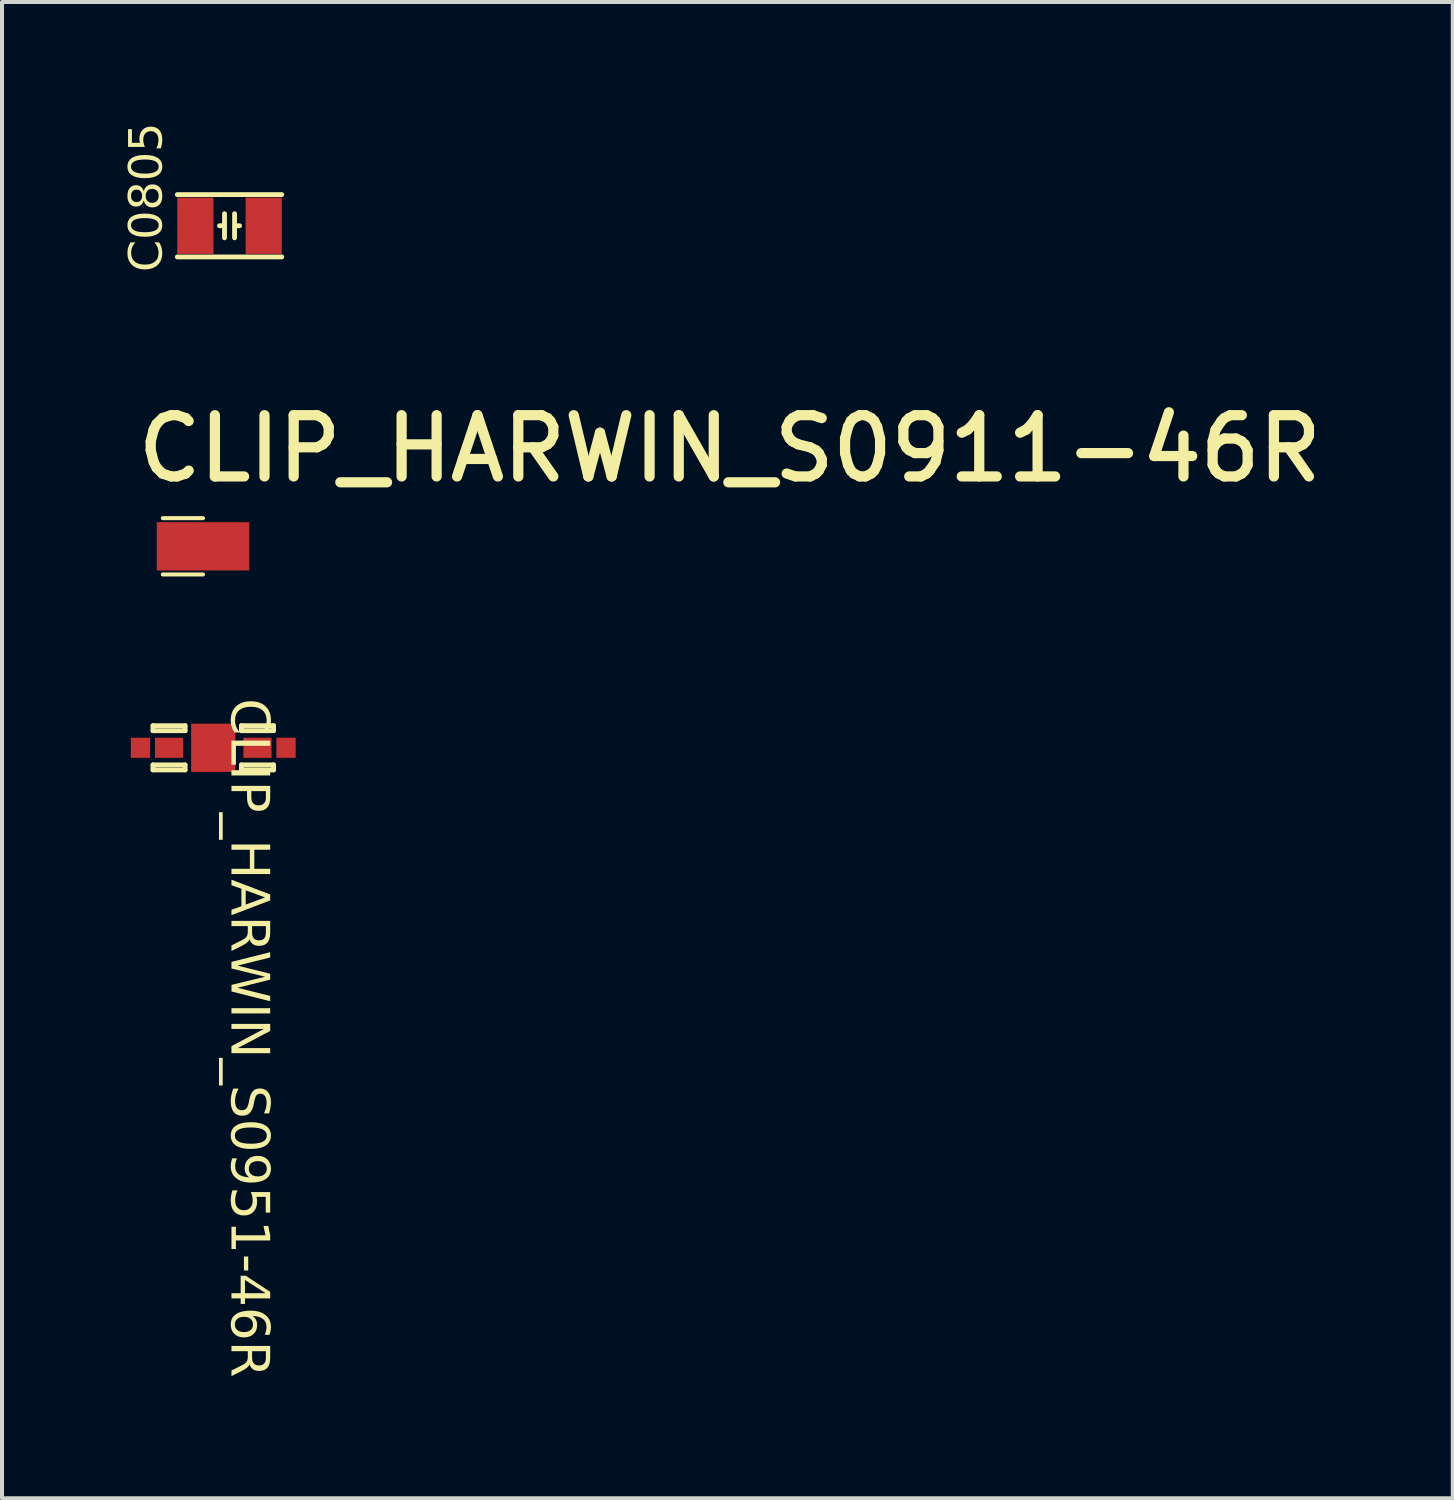
<source format=kicad_pcb>
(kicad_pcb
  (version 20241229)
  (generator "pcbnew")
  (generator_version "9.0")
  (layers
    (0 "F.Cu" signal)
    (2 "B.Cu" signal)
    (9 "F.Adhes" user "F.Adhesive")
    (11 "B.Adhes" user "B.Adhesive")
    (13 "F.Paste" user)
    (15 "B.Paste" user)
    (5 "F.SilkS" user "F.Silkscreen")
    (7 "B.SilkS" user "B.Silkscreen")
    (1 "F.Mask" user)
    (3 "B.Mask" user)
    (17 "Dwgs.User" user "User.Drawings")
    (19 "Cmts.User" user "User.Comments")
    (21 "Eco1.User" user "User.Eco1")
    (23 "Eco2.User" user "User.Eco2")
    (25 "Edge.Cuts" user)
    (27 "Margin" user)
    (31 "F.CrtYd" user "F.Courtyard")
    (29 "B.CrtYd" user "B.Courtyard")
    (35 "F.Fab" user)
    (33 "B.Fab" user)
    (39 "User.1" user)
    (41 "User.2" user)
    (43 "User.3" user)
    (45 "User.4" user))
  (footprint "CLIP_HARWIN_S0951-46R"
    (layer "F.Cu")
    (at 2.255 15.552)
    (property "Reference" "CLIP_HARWIN_S0951-46R" (at 0.292 -1.232 270) (unlocked yes) (layer "F.SilkS") (effects (font (face "Arial") (size 0.945 0.945) (thickness 0.254)) (justify left bottom)))
    (fp_line (start -1.5 -0.55) (end -1.5 -0.425) (stroke (width 0.12) (type solid)) (layer "F.SilkS"))
    (fp_line (start -1.5 -0.55) (end -0.7 -0.55) (stroke (width 0.12) (type solid)) (layer "F.SilkS"))
    (fp_line (start -1.5 -0.425) (end -0.7 -0.425) (stroke (width 0.12) (type solid)) (layer "F.SilkS"))
    (fp_line (start -1.5 0.425) (end -1.5 0.55) (stroke (width 0.12) (type solid)) (layer "F.SilkS"))
    (fp_line (start -1.5 0.425) (end -0.7 0.425) (stroke (width 0.12) (type solid)) (layer "F.SilkS"))
    (fp_line (start -1.5 0.55) (end -0.7 0.55) (stroke (width 0.12) (type solid)) (layer "F.SilkS"))
    (fp_line (start -0.7 -0.55) (end -0.7 -0.425) (stroke (width 0.12) (type solid)) (layer "F.SilkS"))
    (fp_line (start -0.7 0.425) (end -0.7 0.55) (stroke (width 0.12) (type solid)) (layer "F.SilkS"))
    (fp_line (start 0.7 -0.55) (end 0.7 -0.425) (stroke (width 0.12) (type solid)) (layer "F.SilkS"))
    (fp_line (start 0.7 -0.55) (end 1.5 -0.55) (stroke (width 0.12) (type solid)) (layer "F.SilkS"))
    (fp_line (start 0.7 -0.425) (end 1.5 -0.425) (stroke (width 0.12) (type solid)) (layer "F.SilkS"))
    (fp_line (start 0.7 0.425) (end 0.7 0.55) (stroke (width 0.12) (type solid)) (layer "F.SilkS"))
    (fp_line (start 0.7 0.425) (end 1.5 0.425) (stroke (width 0.12) (type solid)) (layer "F.SilkS"))
    (fp_line (start 0.7 0.55) (end 1.5 0.55) (stroke (width 0.12) (type solid)) (layer "F.SilkS"))
    (fp_line (start 1.5 -0.55) (end 1.5 -0.425) (stroke (width 0.12) (type solid)) (layer "F.SilkS"))
    (fp_line (start 1.5 0.425) (end 1.5 0.55) (stroke (width 0.12) (type solid)) (layer "F.SilkS"))
    (fp_line (start -2.25 -0.85) (end -2.25 0.85) (stroke (width 0.01) (type solid)) (layer "Eco1.User"))
    (fp_line (start -2.25 -0.85) (end -0.5 -0.85) (stroke (width 0.01) (type solid)) (layer "Eco1.User"))
    (fp_line (start -2.25 0.85) (end -0.45 0.85) (stroke (width 0.01) (type solid)) (layer "Eco1.User"))
    (fp_line (start -2.05 -0.2) (end -2.05 0.2) (stroke (width 0.01) (type solid)) (layer "Eco1.User"))
    (fp_line (start -2.05 -0.2) (end -1.5 -0.2) (stroke (width 0.01) (type solid)) (layer "Eco1.User"))
    (fp_line (start -2.05 0.2) (end -1.5 0.2) (stroke (width 0.01) (type solid)) (layer "Eco1.User"))
    (fp_line (start -1.7 -0.2) (end -1.7 0.2) (stroke (width 0.01) (type solid)) (layer "Eco1.User"))
    (fp_line (start -1.65 -0.2) (end -1.65 0.2) (stroke (width 0.01) (type solid)) (layer "Eco1.User"))
    (fp_line (start -1.55 -0.2) (end -1.55 0.2) (stroke (width 0.01) (type solid)) (layer "Eco1.User"))
    (fp_line (start -1.5 -0.55) (end -1.5 -0.2) (stroke (width 0.01) (type solid)) (layer "Eco1.User"))
    (fp_line (start -1.5 -0.55) (end -0.7 -0.55) (stroke (width 0.01) (type solid)) (layer "Eco1.User"))
    (fp_line (start -1.5 -0.525) (end -1.5 -0.475) (stroke (width 0.01) (type solid)) (layer "Eco1.User"))
    (fp_line (start -1.5 -0.475) (end -0.7 -0.475) (stroke (width 0.01) (type solid)) (layer "Eco1.User"))
    (fp_line (start -1.5 -0.4) (end -0.7 -0.4) (stroke (width 0.01) (type solid)) (layer "Eco1.User"))
    (fp_line (start -1.5 -0.2) (end -1.5 -0.075) (stroke (width 0.01) (type solid)) (layer "Eco1.User"))
    (fp_line (start -1.5 -0.15) (end -0.7 -0.15) (stroke (width 0.01) (type solid)) (layer "Eco1.User"))
    (fp_line (start -1.5 -0.075) (end -0.7 -0.075) (stroke (width 0.01) (type solid)) (layer "Eco1.User"))
    (fp_line (start -1.5 0.075) (end -1.5 0.2) (stroke (width 0.01) (type solid)) (layer "Eco1.User"))
    (fp_line (start -1.5 0.075) (end -0.7 0.075) (stroke (width 0.01) (type solid)) (layer "Eco1.User"))
    (fp_line (start -1.5 0.15) (end -0.7 0.15) (stroke (width 0.01) (type solid)) (layer "Eco1.User"))
    (fp_line (start -1.5 0.2) (end -1.5 0.55) (stroke (width 0.01) (type solid)) (layer "Eco1.User"))
    (fp_line (start -1.5 0.4) (end -0.7 0.4) (stroke (width 0.01) (type solid)) (layer "Eco1.User"))
    (fp_line (start -1.5 0.475) (end -0.7 0.475) (stroke (width 0.01) (type solid)) (layer "Eco1.User"))
    (fp_line (start -1.5 0.55) (end -0.7 0.55) (stroke (width 0.01) (type solid)) (layer "Eco1.User"))
    (fp_line (start -1.175 -0.075) (end -1.125 -0.075) (stroke (width 0.01) (type solid)) (layer "Eco1.User"))
    (fp_line (start -1.075 0.075) (end -1.025 0.075) (stroke (width 0.01) (type solid)) (layer "Eco1.User"))
    (fp_line (start -0.7 -0.55) (end -0.7 -0.2) (stroke (width 0.01) (type solid)) (layer "Eco1.User"))
    (fp_line (start -0.7 -0.2) (end -0.7 -0.075) (stroke (width 0.01) (type solid)) (layer "Eco1.User"))
    (fp_line (start -0.7 -0.2) (end -0.5 -0.2) (stroke (width 0.01) (type solid)) (layer "Eco1.User"))
    (fp_line (start -0.7 0.075) (end -0.7 0.2) (stroke (width 0.01) (type solid)) (layer "Eco1.User"))
    (fp_line (start -0.7 0.2) (end -0.7 0.55) (stroke (width 0.01) (type solid)) (layer "Eco1.User"))
    (fp_line (start -0.7 0.2) (end -0.5 0.2) (stroke (width 0.01) (type solid)) (layer "Eco1.User"))
    (fp_line (start -0.7 0.475) (end -0.7 0.525) (stroke (width 0.01) (type solid)) (layer "Eco1.User"))
    (fp_line (start -0.6 -0.2) (end -0.6 0.2) (stroke (width 0.01) (type solid)) (layer "Eco1.User"))
    (fp_line (start -0.55 -0.2) (end -0.55 0.2) (stroke (width 0.01) (type solid)) (layer "Eco1.User"))
    (fp_line (start -0.5 -0.85) (end 2.25 -0.85) (stroke (width 0.01) (type solid)) (layer "Eco1.User"))
    (fp_line (start -0.5 -0.65) (end -0.5 0.65) (stroke (width 0.01) (type solid)) (layer "Eco1.User"))
    (fp_line (start -0.5 -0.65) (end 0.5 -0.65) (stroke (width 0.01) (type solid)) (layer "Eco1.User"))
    (fp_line (start -0.5 0.65) (end 0.5 0.65) (stroke (width 0.01) (type solid)) (layer "Eco1.User"))
    (fp_line (start -0.45 0.85) (end 2.25 0.85) (stroke (width 0.01) (type solid)) (layer "Eco1.User"))
    (fp_line (start 0.5 -0.65) (end 0.5 0.65) (stroke (width 0.01) (type solid)) (layer "Eco1.User"))
    (fp_line (start 0.5 -0.2) (end 0.7 -0.2) (stroke (width 0.01) (type solid)) (layer "Eco1.User"))
    (fp_line (start 0.5 0.2) (end 0.7 0.2) (stroke (width 0.01) (type solid)) (layer "Eco1.User"))
    (fp_line (start 0.55 -0.2) (end 0.55 0.2) (stroke (width 0.01) (type solid)) (layer "Eco1.User"))
    (fp_line (start 0.6 -0.2) (end 0.6 0.2) (stroke (width 0.01) (type solid)) (layer "Eco1.User"))
    (fp_line (start 0.7 -0.55) (end 0.7 -0.2) (stroke (width 0.01) (type solid)) (layer "Eco1.User"))
    (fp_line (start 0.7 -0.55) (end 1.5 -0.55) (stroke (width 0.01) (type solid)) (layer "Eco1.User"))
    (fp_line (start 0.7 -0.525) (end 0.7 -0.475) (stroke (width 0.01) (type solid)) (layer "Eco1.User"))
    (fp_line (start 0.7 -0.475) (end 1.5 -0.475) (stroke (width 0.01) (type solid)) (layer "Eco1.User"))
    (fp_line (start 0.7 -0.4) (end 1.5 -0.4) (stroke (width 0.01) (type solid)) (layer "Eco1.User"))
    (fp_line (start 0.7 -0.2) (end 0.7 -0.075) (stroke (width 0.01) (type solid)) (layer "Eco1.User"))
    (fp_line (start 0.7 -0.15) (end 1.5 -0.15) (stroke (width 0.01) (type solid)) (layer "Eco1.User"))
    (fp_line (start 0.7 -0.075) (end 1.5 -0.075) (stroke (width 0.01) (type solid)) (layer "Eco1.User"))
    (fp_line (start 0.7 0.075) (end 0.7 0.2) (stroke (width 0.01) (type solid)) (layer "Eco1.User"))
    (fp_line (start 0.7 0.075) (end 1.5 0.075) (stroke (width 0.01) (type solid)) (layer "Eco1.User"))
    (fp_line (start 0.7 0.15) (end 1.5 0.15) (stroke (width 0.01) (type solid)) (layer "Eco1.User"))
    (fp_line (start 0.7 0.2) (end 0.7 0.55) (stroke (width 0.01) (type solid)) (layer "Eco1.User"))
    (fp_line (start 0.7 0.4) (end 1.5 0.4) (stroke (width 0.01) (type solid)) (layer "Eco1.User"))
    (fp_line (start 0.7 0.475) (end 1.5 0.475) (stroke (width 0.01) (type solid)) (layer "Eco1.User"))
    (fp_line (start 0.7 0.55) (end 1.5 0.55) (stroke (width 0.01) (type solid)) (layer "Eco1.User"))
    (fp_line (start 1.025 -0.075) (end 1.075 -0.075) (stroke (width 0.01) (type solid)) (layer "Eco1.User"))
    (fp_line (start 1.125 0.075) (end 1.175 0.075) (stroke (width 0.01) (type solid)) (layer "Eco1.User"))
    (fp_line (start 1.5 -0.55) (end 1.5 -0.2) (stroke (width 0.01) (type solid)) (layer "Eco1.User"))
    (fp_line (start 1.5 -0.2) (end 1.5 -0.075) (stroke (width 0.01) (type solid)) (layer "Eco1.User"))
    (fp_line (start 1.5 -0.2) (end 2.05 -0.2) (stroke (width 0.01) (type solid)) (layer "Eco1.User"))
    (fp_line (start 1.5 0.075) (end 1.5 0.2) (stroke (width 0.01) (type solid)) (layer "Eco1.User"))
    (fp_line (start 1.5 0.2) (end 1.5 0.55) (stroke (width 0.01) (type solid)) (layer "Eco1.User"))
    (fp_line (start 1.5 0.2) (end 2.05 0.2) (stroke (width 0.01) (type solid)) (layer "Eco1.User"))
    (fp_line (start 1.5 0.475) (end 1.5 0.525) (stroke (width 0.01) (type solid)) (layer "Eco1.User"))
    (fp_line (start 1.55 -0.2) (end 1.55 0.2) (stroke (width 0.01) (type solid)) (layer "Eco1.User"))
    (fp_line (start 1.65 -0.2) (end 1.65 0.2) (stroke (width 0.01) (type solid)) (layer "Eco1.User"))
    (fp_line (start 1.7 -0.2) (end 1.7 0.2) (stroke (width 0.01) (type solid)) (layer "Eco1.User"))
    (fp_line (start 2.05 -0.2) (end 2.05 0.2) (stroke (width 0.01) (type solid)) (layer "Eco1.User"))
    (fp_line (start 2.25 -0.85) (end 2.25 0.85) (stroke (width 0.01) (type solid)) (layer "Eco1.User"))
    (fp_arc (start -1.375 0) (mid -1.353033 -0.053033) (end -1.3 -0.075) (stroke (width 0.01) (type solid)) (layer "Eco1.User"))
    (fp_arc (start -1.3 0.075) (mid -1.353033 0.053033) (end -1.375 0) (stroke (width 0.01) (type solid)) (layer "Eco1.User"))
    (fp_arc (start -0.9 -0.075) (mid -0.846967 -0.053033) (end -0.825 0) (stroke (width 0.01) (type solid)) (layer "Eco1.User"))
    (fp_arc (start -0.825 0) (mid -0.846967 0.053033) (end -0.9 0.075) (stroke (width 0.01) (type solid)) (layer "Eco1.User"))
    (fp_arc (start 0.825 0) (mid 0.846967 -0.053033) (end 0.9 -0.075) (stroke (width 0.01) (type solid)) (layer "Eco1.User"))
    (fp_arc (start 0.9 0.075) (mid 0.846967 0.053033) (end 0.825 0) (stroke (width 0.01) (type solid)) (layer "Eco1.User"))
    (fp_arc (start 1.3 -0.075) (mid 1.353033 -0.053033) (end 1.375 0) (stroke (width 0.01) (type solid)) (layer "Eco1.User"))
    (fp_arc (start 1.375 0) (mid 1.353033 0.053033) (end 1.3 0.075) (stroke (width 0.01) (type solid)) (layer "Eco1.User"))
    (fp_text user "'.Designator'" (at -2 0.5 0) (unlocked yes) (layer "Eco1.User") (effects (font (face "Arial") (size 0.472 0.472) (thickness 0.254)) (justify left bottom)))
    (pad "1" smd rect (at -1.81 0.00001) (size 0.48 0.5) (layers "F.Cu" "F.Mask" "F.Paste"))
    (pad "1" smd rect (at -1.1 0.00001) (size 0.7 0.5) (layers "F.Cu" "F.Mask" "F.Paste"))
    (pad "1" smd rect (at -0.00004 0.00001) (size 1.1 1.2) (layers "F.Cu" "F.Mask" "F.Paste"))
    (pad "1" smd rect (at 1.1 0.00001) (size 0.7 0.5) (layers "F.Cu" "F.Mask" "F.Paste"))
    (pad "1" smd rect (at 1.81 0.00001) (size 0.48 0.5) (layers "F.Cu" "F.Mask" "F.Paste")))
  (footprint "C0805"
    (layer "F.Cu")
    (at 2.66 2.566)
    (property "Reference" "C0805" (at -1.55 1.15 90) (unlocked yes) (layer "F.SilkS") (effects (font (face "Arial") (size 0.819 0.819) (thickness 0.254)) (justify left bottom)))
    (fp_line (start -0.15 0) (end -0.25 0) (stroke (width 0.12) (type solid)) (layer "F.SilkS"))
    (fp_line (start -0.125 0.3) (end -0.125 -0.3) (stroke (width 0.12) (type solid)) (layer "F.SilkS"))
    (fp_line (start 0.125 0.3) (end 0.125 -0.3) (stroke (width 0.12) (type solid)) (layer "F.SilkS"))
    (fp_line (start 0.25 0) (end 0.15 0) (stroke (width 0.12) (type solid)) (layer "F.SilkS"))
    (fp_line (start 1.3 -0.775) (end -1.3 -0.775) (stroke (width 0.12) (type solid)) (layer "F.SilkS"))
    (fp_line (start 1.3 0.775) (end -1.3 0.775) (stroke (width 0.12) (type solid)) (layer "F.SilkS"))
    (fp_line (start -1.4 0.85) (end -1.4 -0.85) (stroke (width 0.01) (type solid)) (layer "Eco1.User"))
    (fp_line (start -1.1 0.7) (end -1.1 -0.7) (stroke (width 0.01) (type solid)) (layer "Eco1.User"))
    (fp_line (start 1.1 -0.7) (end -1.1 -0.7) (stroke (width 0.01) (type solid)) (layer "Eco1.User"))
    (fp_line (start 1.1 0.7) (end -1.1 0.7) (stroke (width 0.01) (type solid)) (layer "Eco1.User"))
    (fp_line (start 1.1 0.7) (end 1.1 -0.7) (stroke (width 0.01) (type solid)) (layer "Eco1.User"))
    (fp_line (start 1.4 -0.85) (end -1.4 -0.85) (stroke (width 0.01) (type solid)) (layer "Eco1.User"))
    (fp_line (start 1.4 0.85) (end -1.4 0.85) (stroke (width 0.01) (type solid)) (layer "Eco1.User"))
    (fp_line (start 1.4 0.85) (end 1.4 -0.85) (stroke (width 0.01) (type solid)) (layer "Eco1.User"))
    (fp_text user "'.Designator'" (at 1.975 -0.438 180) (unlocked yes) (layer "Eco1.User") (effects (font (face "Arial") (size 0.472 0.472) (thickness 0.254)) (justify left bottom)))
    (pad "1" smd rect (at -0.85 0 90) (size 1.4 0.9) (layers "F.Cu" "F.Mask" "F.Paste"))
    (pad "2" smd rect (at 0.85 0 90) (size 1.4 0.9) (layers "F.Cu" "F.Mask" "F.Paste")))
  (footprint "CLIP_HARWIN_S0911-46R"
    (layer "F.Cu")
    (at 2 10.54)
    (property "Reference" "CLIP_HARWIN_S0911-46R" (at -1.758 -1.538 0) (unlocked yes) (layer "F.SilkS") (effects (font (size 1.524 1.524) (thickness 0.254)) (justify left bottom)))
    (fp_line (start -1 -0.7) (end 0 -0.7) (stroke (width 0.1) (type solid)) (layer "F.SilkS"))
    (fp_line (start -1 0.7) (end 0 0.7) (stroke (width 0.1) (type solid)) (layer "F.SilkS"))
    (fp_line (start -1.35 -0.775) (end 1.35 -0.775) (stroke (width 0.01) (type solid)) (layer "Eco1.User"))
    (fp_line (start -1.35 0.775) (end -1.35 -0.775) (stroke (width 0.01) (type solid)) (layer "Eco1.User"))
    (fp_line (start -1.35 0.775) (end 1.35 0.775) (stroke (width 0.01) (type solid)) (layer "Eco1.User"))
    (fp_line (start -1.15 -0.2) (end -0.98 -0.2) (stroke (width 0.01) (type solid)) (layer "Eco1.User"))
    (fp_line (start -1.15 0.2) (end -1.15 -0.2) (stroke (width 0.01) (type solid)) (layer "Eco1.User"))
    (fp_line (start -1.15 0.2) (end -0.98 0.2) (stroke (width 0.01) (type solid)) (layer "Eco1.User"))
    (fp_line (start -0.98 -0.6) (end 0.02 -0.6) (stroke (width 0.01) (type solid)) (layer "Eco1.User"))
    (fp_line (start -0.98 -0.2) (end -0.98 -0.6) (stroke (width 0.01) (type solid)) (layer "Eco1.User"))
    (fp_line (start -0.98 -0.2) (end 0.02 -0.2) (stroke (width 0.01) (type solid)) (layer "Eco1.User"))
    (fp_line (start -0.98 0.2) (end 0.02 0.2) (stroke (width 0.01) (type solid)) (layer "Eco1.User"))
    (fp_line (start -0.98 0.6) (end -0.98 0.2) (stroke (width 0.01) (type solid)) (layer "Eco1.User"))
    (fp_line (start -0.98 0.6) (end 0.02 0.6) (stroke (width 0.01) (type solid)) (layer "Eco1.User"))
    (fp_line (start 0.02 -0.2) (end 0.02 -0.6) (stroke (width 0.01) (type solid)) (layer "Eco1.User"))
    (fp_line (start 0.02 -0.2) (end 0.18 -0.2) (stroke (width 0.01) (type solid)) (layer "Eco1.User"))
    (fp_line (start 0.02 0.2) (end 0.18 0.2) (stroke (width 0.01) (type solid)) (layer "Eco1.User"))
    (fp_line (start 0.02 0.6) (end 0.02 0.2) (stroke (width 0.01) (type solid)) (layer "Eco1.User"))
    (fp_line (start 0.18 -0.6) (end 0.98 -0.6) (stroke (width 0.01) (type solid)) (layer "Eco1.User"))
    (fp_line (start 0.18 -0.2) (end 0.18 -0.6) (stroke (width 0.01) (type solid)) (layer "Eco1.User"))
    (fp_line (start 0.18 0.6) (end 0.18 0.2) (stroke (width 0.01) (type solid)) (layer "Eco1.User"))
    (fp_line (start 0.18 0.6) (end 0.98 0.6) (stroke (width 0.01) (type solid)) (layer "Eco1.User"))
    (fp_line (start 0.98 -0.2) (end 0.98 -0.6) (stroke (width 0.01) (type solid)) (layer "Eco1.User"))
    (fp_line (start 0.98 -0.2) (end 1.15 -0.2) (stroke (width 0.01) (type solid)) (layer "Eco1.User"))
    (fp_line (start 0.98 0.2) (end 1.15 0.2) (stroke (width 0.01) (type solid)) (layer "Eco1.User"))
    (fp_line (start 0.98 0.6) (end 0.98 0.2) (stroke (width 0.01) (type solid)) (layer "Eco1.User"))
    (fp_line (start 1.15 0.2) (end 1.15 -0.2) (stroke (width 0.01) (type solid)) (layer "Eco1.User"))
    (fp_line (start 1.35 0.775) (end 1.35 -0.775) (stroke (width 0.01) (type solid)) (layer "Eco1.User"))
    (fp_text user "'.Designator'" (at -2 0.5 0) (unlocked yes) (layer "Eco1.User") (effects (font (face "Arial") (size 0.472 0.472) (thickness 0.254)) (justify left bottom)))
    (pad "1" smd rect (at -0.00004 0.00002) (size 2.3 1.2) (layers "F.Cu" "F.Mask" "F.Paste")))
  (gr_rect
    (start -3 -3)
    (end 33.09 34.221)
    (stroke (width 0.1) (type default))
    (fill no)
    (layer "Edge.Cuts")))
</source>
